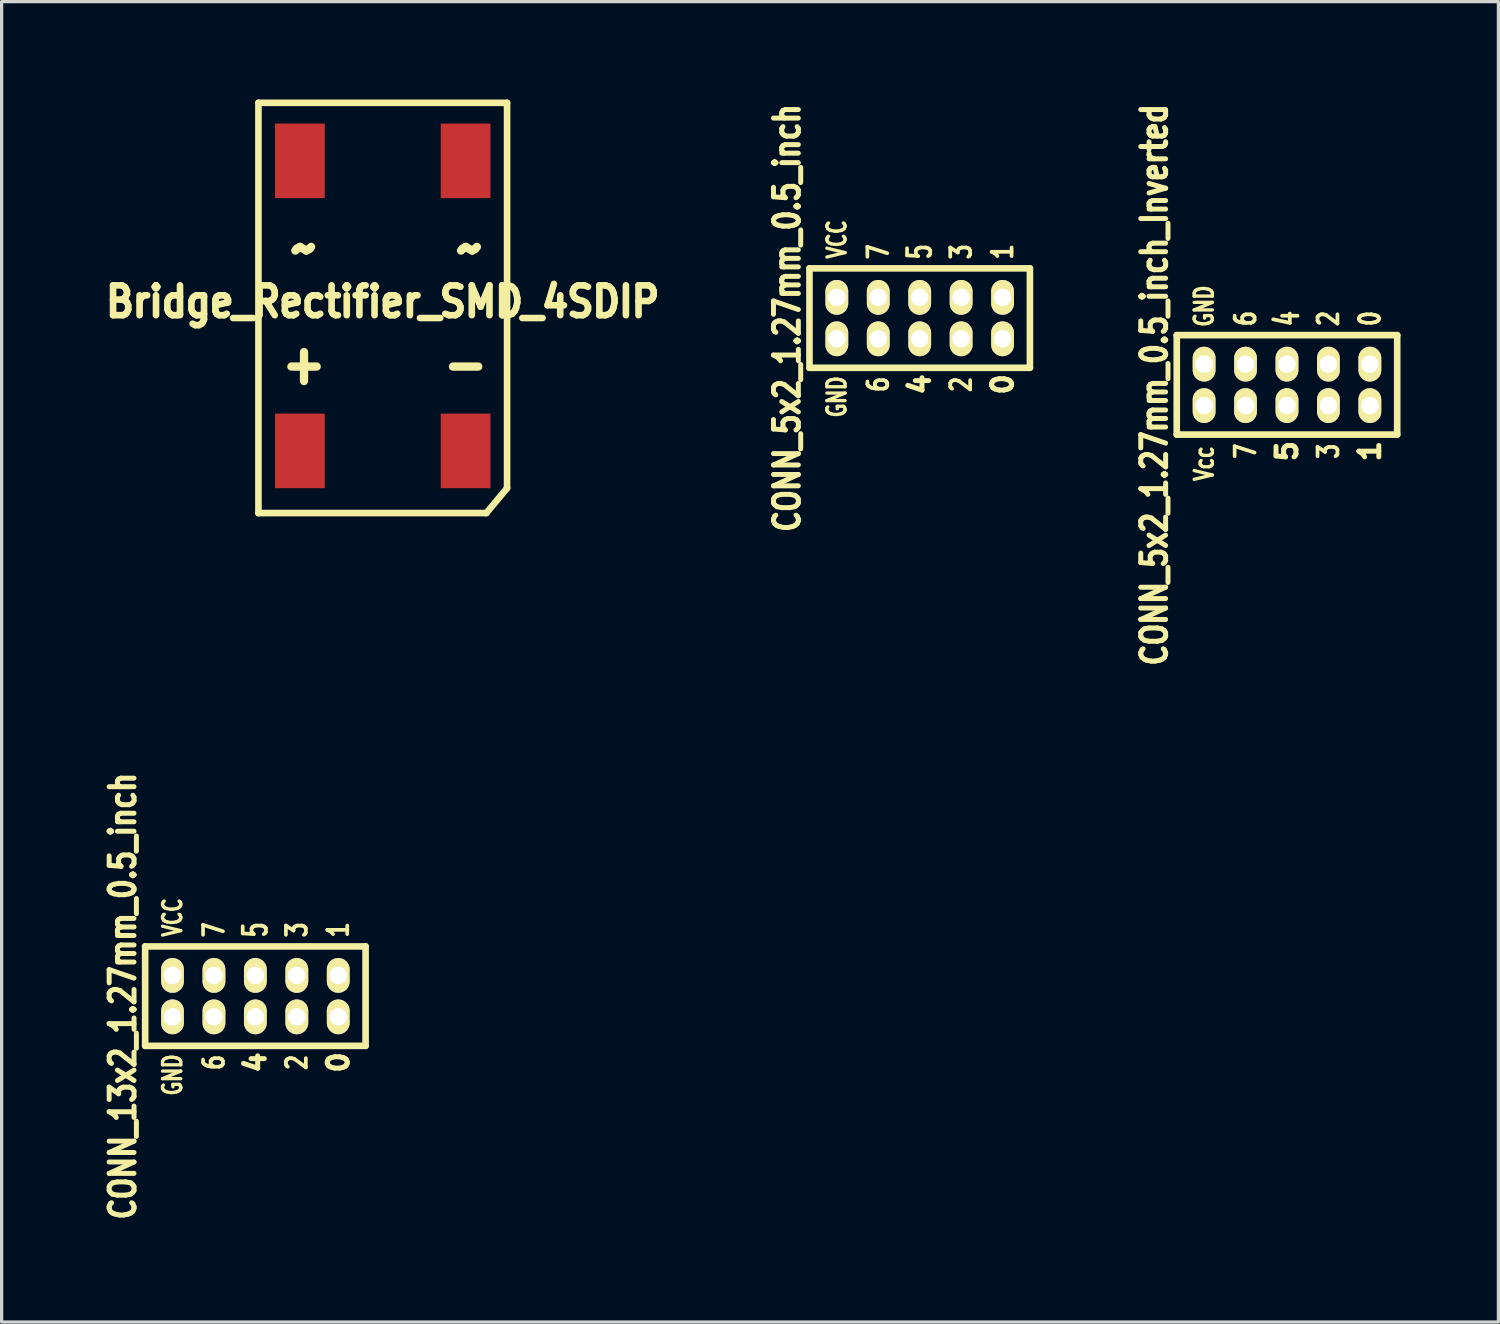
<source format=kicad_pcb>
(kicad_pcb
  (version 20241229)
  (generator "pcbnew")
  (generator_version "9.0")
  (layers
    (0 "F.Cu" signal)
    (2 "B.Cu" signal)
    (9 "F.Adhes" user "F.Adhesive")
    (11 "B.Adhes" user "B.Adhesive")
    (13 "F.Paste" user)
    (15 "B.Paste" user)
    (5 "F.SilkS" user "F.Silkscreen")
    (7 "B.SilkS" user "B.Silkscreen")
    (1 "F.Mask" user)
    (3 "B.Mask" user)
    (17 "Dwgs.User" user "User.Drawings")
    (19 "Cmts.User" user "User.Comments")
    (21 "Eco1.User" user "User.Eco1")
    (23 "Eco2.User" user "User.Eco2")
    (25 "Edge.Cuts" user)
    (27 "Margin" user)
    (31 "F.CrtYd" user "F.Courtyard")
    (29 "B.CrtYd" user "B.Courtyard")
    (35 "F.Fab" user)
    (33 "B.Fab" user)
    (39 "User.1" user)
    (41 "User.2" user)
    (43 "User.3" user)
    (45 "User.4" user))
  (footprint "CONN_5x2_1.27mm_0.5_inch_Inverted"
    (layer "F.Cu")
    (at 36.395 8.746)
    (property "Reference" "CONN_5x2_1.27mm_0.5_inch_Inverted" (at -4.064 0 90) (layer "F.SilkS") (effects (font (size 0.762 0.61) (thickness 0.203))))
    (attr through_hole)
    (fp_line (start -3.378 -1.524) (end -3.378 1.524) (stroke (width 0.203) (type solid)) (layer "F.SilkS"))
    (fp_line (start -3.378 1.524) (end 3.378 1.524) (stroke (width 0.203) (type solid)) (layer "F.SilkS"))
    (fp_line (start 3.378 -1.524) (end -3.378 -1.524) (stroke (width 0.203) (type solid)) (layer "F.SilkS"))
    (fp_line (start 3.378 1.524) (end 3.378 -1.524) (stroke (width 0.203) (type solid)) (layer "F.SilkS"))
    (fp_text user "5" (at 0 2.032 90) (layer "F.SilkS") (effects (font (size 0.61 0.61) (thickness 0.178))))
    (fp_text user "7" (at -1.27 2.032 90) (layer "F.SilkS") (effects (font (size 0.61 0.457) (thickness 0.178))))
    (fp_text user "GND" (at -2.54 -2.413 90) (layer "F.SilkS") (effects (font (size 0.559 0.406) (thickness 0.152))))
    (fp_text user "1" (at 2.54 2.032 90) (layer "F.SilkS") (effects (font (size 0.61 0.61) (thickness 0.178))))
    (fp_text user "0" (at 2.54 -2.032 90) (layer "F.SilkS") (effects (font (size 0.61 0.457) (thickness 0.178))))
    (fp_text user "2" (at 1.27 -2.032 90) (layer "F.SilkS") (effects (font (size 0.61 0.457) (thickness 0.178))))
    (fp_text user "4" (at 0 -2.032 90) (layer "F.SilkS") (effects (font (size 0.711 0.457) (thickness 0.178))))
    (fp_text user "Vcc" (at -2.54 2.413 90) (layer "F.SilkS") (effects (font (size 0.559 0.406) (thickness 0.152))))
    (fp_text user "6" (at -1.27 -2.032 90) (layer "F.SilkS") (effects (font (size 0.61 0.457) (thickness 0.178))))
    (fp_text user "3" (at 1.27 2.032 90) (layer "F.SilkS") (effects (font (size 0.61 0.457) (thickness 0.178))))
    (pad "1" thru_hole oval (at 2.54 0.635) (size 0.699 1.067) (drill 0.533) (layers "*.Cu" "*.Mask" "F.SilkS"))
    (pad "2" thru_hole oval (at 2.54 -0.635) (size 0.699 1.067) (drill 0.533) (layers "*.Cu" "*.Mask" "F.SilkS"))
    (pad "3" thru_hole oval (at 1.27 0.635) (size 0.699 1.067) (drill 0.533) (layers "*.Cu" "*.Mask" "F.SilkS"))
    (pad "4" thru_hole oval (at 1.27 -0.635) (size 0.699 1.067) (drill 0.533) (layers "*.Cu" "*.Mask" "F.SilkS"))
    (pad "5" thru_hole oval (at 0 0.635) (size 0.699 1.067) (drill 0.533) (layers "*.Cu" "*.Mask" "F.SilkS"))
    (pad "6" thru_hole oval (at 0 -0.635) (size 0.699 1.067) (drill 0.533) (layers "*.Cu" "*.Mask" "F.SilkS"))
    (pad "7" thru_hole oval (at -1.27 0.635) (size 0.699 1.067) (drill 0.533) (layers "*.Cu" "*.Mask" "F.SilkS"))
    (pad "8" thru_hole oval (at -1.27 -0.635) (size 0.699 1.067) (drill 0.533) (layers "*.Cu" "*.Mask" "F.SilkS"))
    (pad "9" thru_hole oval (at -2.54 0.635) (size 0.699 1.067) (drill 0.533) (layers "*.Cu" "*.Mask" "F.SilkS"))
    (pad "10" thru_hole oval (at -2.54 -0.635) (size 0.699 1.067) (drill 0.533) (layers "*.Cu" "*.Mask" "F.SilkS")))
  (footprint "CONN_13x2_1.27mm_0.5_inch"
    (layer "F.Cu")
    (at 4.777 27.481)
    (property "Reference" "CONN_13x2_1.27mm_0.5_inch" (at -4.064 0 90) (layer "F.SilkS") (effects (font (size 0.762 0.61) (thickness 0.203))))
    (attr through_hole)
    (fp_line (start -3.378 -1.524) (end -3.378 1.524) (stroke (width 0.203) (type solid)) (layer "F.SilkS"))
    (fp_line (start -3.378 1.524) (end 3.378 1.524) (stroke (width 0.203) (type solid)) (layer "F.SilkS"))
    (fp_line (start 3.378 -1.524) (end -3.378 -1.524) (stroke (width 0.203) (type solid)) (layer "F.SilkS"))
    (fp_line (start 3.378 1.524) (end 3.378 -1.524) (stroke (width 0.203) (type solid)) (layer "F.SilkS"))
    (fp_text user "5" (at 0 -2.032 90) (layer "F.SilkS") (effects (font (size 0.711 0.457) (thickness 0.178))))
    (fp_text user "4" (at 0 2.032 90) (layer "F.SilkS") (effects (font (size 0.61 0.61) (thickness 0.178))))
    (fp_text user "7" (at -1.27 -2.032 90) (layer "F.SilkS") (effects (font (size 0.61 0.457) (thickness 0.178))))
    (fp_text user "2" (at 1.27 2.032 90) (layer "F.SilkS") (effects (font (size 0.61 0.457) (thickness 0.178))))
    (fp_text user "0" (at 2.54 2.032 90) (layer "F.SilkS") (effects (font (size 0.61 0.61) (thickness 0.178))))
    (fp_text user "GND" (at -2.54 2.413 90) (layer "F.SilkS") (effects (font (size 0.559 0.406) (thickness 0.152))))
    (fp_text user "VCC" (at -2.54 -2.413 90) (layer "F.SilkS") (effects (font (size 0.559 0.406) (thickness 0.152))))
    (fp_text user "1" (at 2.54 -2.032 90) (layer "F.SilkS") (effects (font (size 0.61 0.457) (thickness 0.178))))
    (fp_text user "3" (at 1.27 -2.032 90) (layer "F.SilkS") (effects (font (size 0.61 0.457) (thickness 0.178))))
    (fp_text user "6" (at -1.27 2.032 90) (layer "F.SilkS") (effects (font (size 0.61 0.457) (thickness 0.178))))
    (pad "1" thru_hole oval (at 2.54 -0.635) (size 0.699 1.067) (drill 0.533) (layers "*.Cu" "*.Mask" "F.SilkS"))
    (pad "2" thru_hole oval (at 2.54 0.635) (size 0.699 1.067) (drill 0.533) (layers "*.Cu" "*.Mask" "F.SilkS"))
    (pad "3" thru_hole oval (at 1.27 -0.635) (size 0.699 1.067) (drill 0.533) (layers "*.Cu" "*.Mask" "F.SilkS"))
    (pad "4" thru_hole oval (at 1.27 0.635) (size 0.699 1.067) (drill 0.533) (layers "*.Cu" "*.Mask" "F.SilkS"))
    (pad "5" thru_hole oval (at 0 -0.635) (size 0.699 1.067) (drill 0.533) (layers "*.Cu" "*.Mask" "F.SilkS"))
    (pad "6" thru_hole oval (at 0 0.635) (size 0.699 1.067) (drill 0.533) (layers "*.Cu" "*.Mask" "F.SilkS"))
    (pad "7" thru_hole oval (at -1.27 -0.635) (size 0.699 1.067) (drill 0.533) (layers "*.Cu" "*.Mask" "F.SilkS"))
    (pad "8" thru_hole oval (at -1.27 0.635) (size 0.699 1.067) (drill 0.533) (layers "*.Cu" "*.Mask" "F.SilkS"))
    (pad "9" thru_hole oval (at -2.54 -0.635) (size 0.699 1.067) (drill 0.533) (layers "*.Cu" "*.Mask" "F.SilkS"))
    (pad "10" thru_hole oval (at -2.54 0.635) (size 0.699 1.067) (drill 0.533) (layers "*.Cu" "*.Mask" "F.SilkS")))
  (footprint "CONN_5x2_1.27mm_0.5_inch"
    (layer "F.Cu")
    (at 25.138 6.699)
    (property "Reference" "CONN_5x2_1.27mm_0.5_inch" (at -4.064 0 90) (layer "F.SilkS") (effects (font (size 0.762 0.61) (thickness 0.203))))
    (attr through_hole)
    (fp_line (start -3.378 -1.524) (end -3.378 1.524) (stroke (width 0.203) (type solid)) (layer "F.SilkS"))
    (fp_line (start -3.378 1.524) (end 3.378 1.524) (stroke (width 0.203) (type solid)) (layer "F.SilkS"))
    (fp_line (start 3.378 -1.524) (end -3.378 -1.524) (stroke (width 0.203) (type solid)) (layer "F.SilkS"))
    (fp_line (start 3.378 1.524) (end 3.378 -1.524) (stroke (width 0.203) (type solid)) (layer "F.SilkS"))
    (fp_text user "2" (at 1.27 2.032 90) (layer "F.SilkS") (effects (font (size 0.61 0.457) (thickness 0.178))))
    (fp_text user "1" (at 2.54 -2.032 90) (layer "F.SilkS") (effects (font (size 0.61 0.457) (thickness 0.178))))
    (fp_text user "3" (at 1.27 -2.032 90) (layer "F.SilkS") (effects (font (size 0.61 0.457) (thickness 0.178))))
    (fp_text user "7" (at -1.27 -2.032 90) (layer "F.SilkS") (effects (font (size 0.61 0.457) (thickness 0.178))))
    (fp_text user "0" (at 2.54 2.032 90) (layer "F.SilkS") (effects (font (size 0.61 0.61) (thickness 0.178))))
    (fp_text user "6" (at -1.27 2.032 90) (layer "F.SilkS") (effects (font (size 0.61 0.457) (thickness 0.178))))
    (fp_text user "VCC" (at -2.54 -2.413 90) (layer "F.SilkS") (effects (font (size 0.559 0.406) (thickness 0.152))))
    (fp_text user "GND" (at -2.54 2.413 90) (layer "F.SilkS") (effects (font (size 0.559 0.406) (thickness 0.152))))
    (fp_text user "4" (at 0 2.032 90) (layer "F.SilkS") (effects (font (size 0.61 0.61) (thickness 0.178))))
    (fp_text user "5" (at 0 -2.032 90) (layer "F.SilkS") (effects (font (size 0.711 0.457) (thickness 0.178))))
    (pad "1" thru_hole oval (at 2.54 -0.635) (size 0.699 1.067) (drill 0.533) (layers "*.Cu" "*.Mask" "F.SilkS"))
    (pad "2" thru_hole oval (at 2.54 0.635) (size 0.699 1.067) (drill 0.533) (layers "*.Cu" "*.Mask" "F.SilkS"))
    (pad "3" thru_hole oval (at 1.27 -0.635) (size 0.699 1.067) (drill 0.533) (layers "*.Cu" "*.Mask" "F.SilkS"))
    (pad "4" thru_hole oval (at 1.27 0.635) (size 0.699 1.067) (drill 0.533) (layers "*.Cu" "*.Mask" "F.SilkS"))
    (pad "5" thru_hole oval (at 0 -0.635) (size 0.699 1.067) (drill 0.533) (layers "*.Cu" "*.Mask" "F.SilkS"))
    (pad "6" thru_hole oval (at 0 0.635) (size 0.699 1.067) (drill 0.533) (layers "*.Cu" "*.Mask" "F.SilkS"))
    (pad "7" thru_hole oval (at -1.27 -0.635) (size 0.699 1.067) (drill 0.533) (layers "*.Cu" "*.Mask" "F.SilkS"))
    (pad "8" thru_hole oval (at -1.27 0.635) (size 0.699 1.067) (drill 0.533) (layers "*.Cu" "*.Mask" "F.SilkS"))
    (pad "9" thru_hole oval (at -2.54 -0.635) (size 0.699 1.067) (drill 0.533) (layers "*.Cu" "*.Mask" "F.SilkS"))
    (pad "10" thru_hole oval (at -2.54 0.635) (size 0.699 1.067) (drill 0.533) (layers "*.Cu" "*.Mask" "F.SilkS")))
  (footprint "Bridge_Rectifier_SMD_4SDIP"
    (layer "F.Cu")
    (at 8.681 6.198)
    (property "Reference" "Bridge_Rectifier_SMD_4SDIP" (at 0 0 0) (layer "F.SilkS") (effects (font (size 0.914 0.813) (thickness 0.203))))
    (attr smd)
    (fp_line (start -3.81 -6.096) (end -3.81 6.477) (stroke (width 0.203) (type solid)) (layer "F.SilkS"))
    (fp_line (start -3.81 -6.096) (end 3.81 -6.096) (stroke (width 0.203) (type solid)) (layer "F.SilkS"))
    (fp_line (start -3.81 6.477) (end 3.175 6.477) (stroke (width 0.203) (type solid)) (layer "F.SilkS"))
    (fp_line (start 3.175 6.477) (end 3.81 5.715) (stroke (width 0.203) (type solid)) (layer "F.SilkS"))
    (fp_line (start 3.81 5.715) (end 3.81 -6.096) (stroke (width 0.203) (type solid)) (layer "F.SilkS"))
    (fp_text user "~" (at -2.413 -1.651 0) (layer "F.SilkS") (effects (font (size 1.168 1.016) (thickness 0.254))))
    (fp_text user "-" (at 2.54 1.905 0) (layer "F.SilkS") (effects (font (size 1.168 1.016) (thickness 0.254))))
    (fp_text user "+" (at -2.413 1.905 0) (layer "F.SilkS") (effects (font (size 1.168 1.016) (thickness 0.254))))
    (fp_text user "~" (at 2.667 -1.651 0) (layer "F.SilkS") (effects (font (size 1.168 1.016) (thickness 0.254))))
    (pad "1" smd rect (at 2.54 4.572) (size 1.524 2.286) (layers "F.Cu" "F.Mask" "F.Paste"))
    (pad "2" smd rect (at 2.54 -4.318) (size 1.524 2.286) (layers "F.Cu" "F.Mask" "F.Paste"))
    (pad "3" smd rect (at -2.54 4.572) (size 1.524 2.286) (layers "F.Cu" "F.Mask" "F.Paste"))
    (pad "4" smd rect (at -2.54 -4.318) (size 1.524 2.286) (layers "F.Cu" "F.Mask" "F.Paste")))
  (gr_rect
    (start -3 -3)
    (end 42.875 37.47)
    (stroke (width 0.1) (type default))
    (fill no)
    (layer "Edge.Cuts")))
</source>
